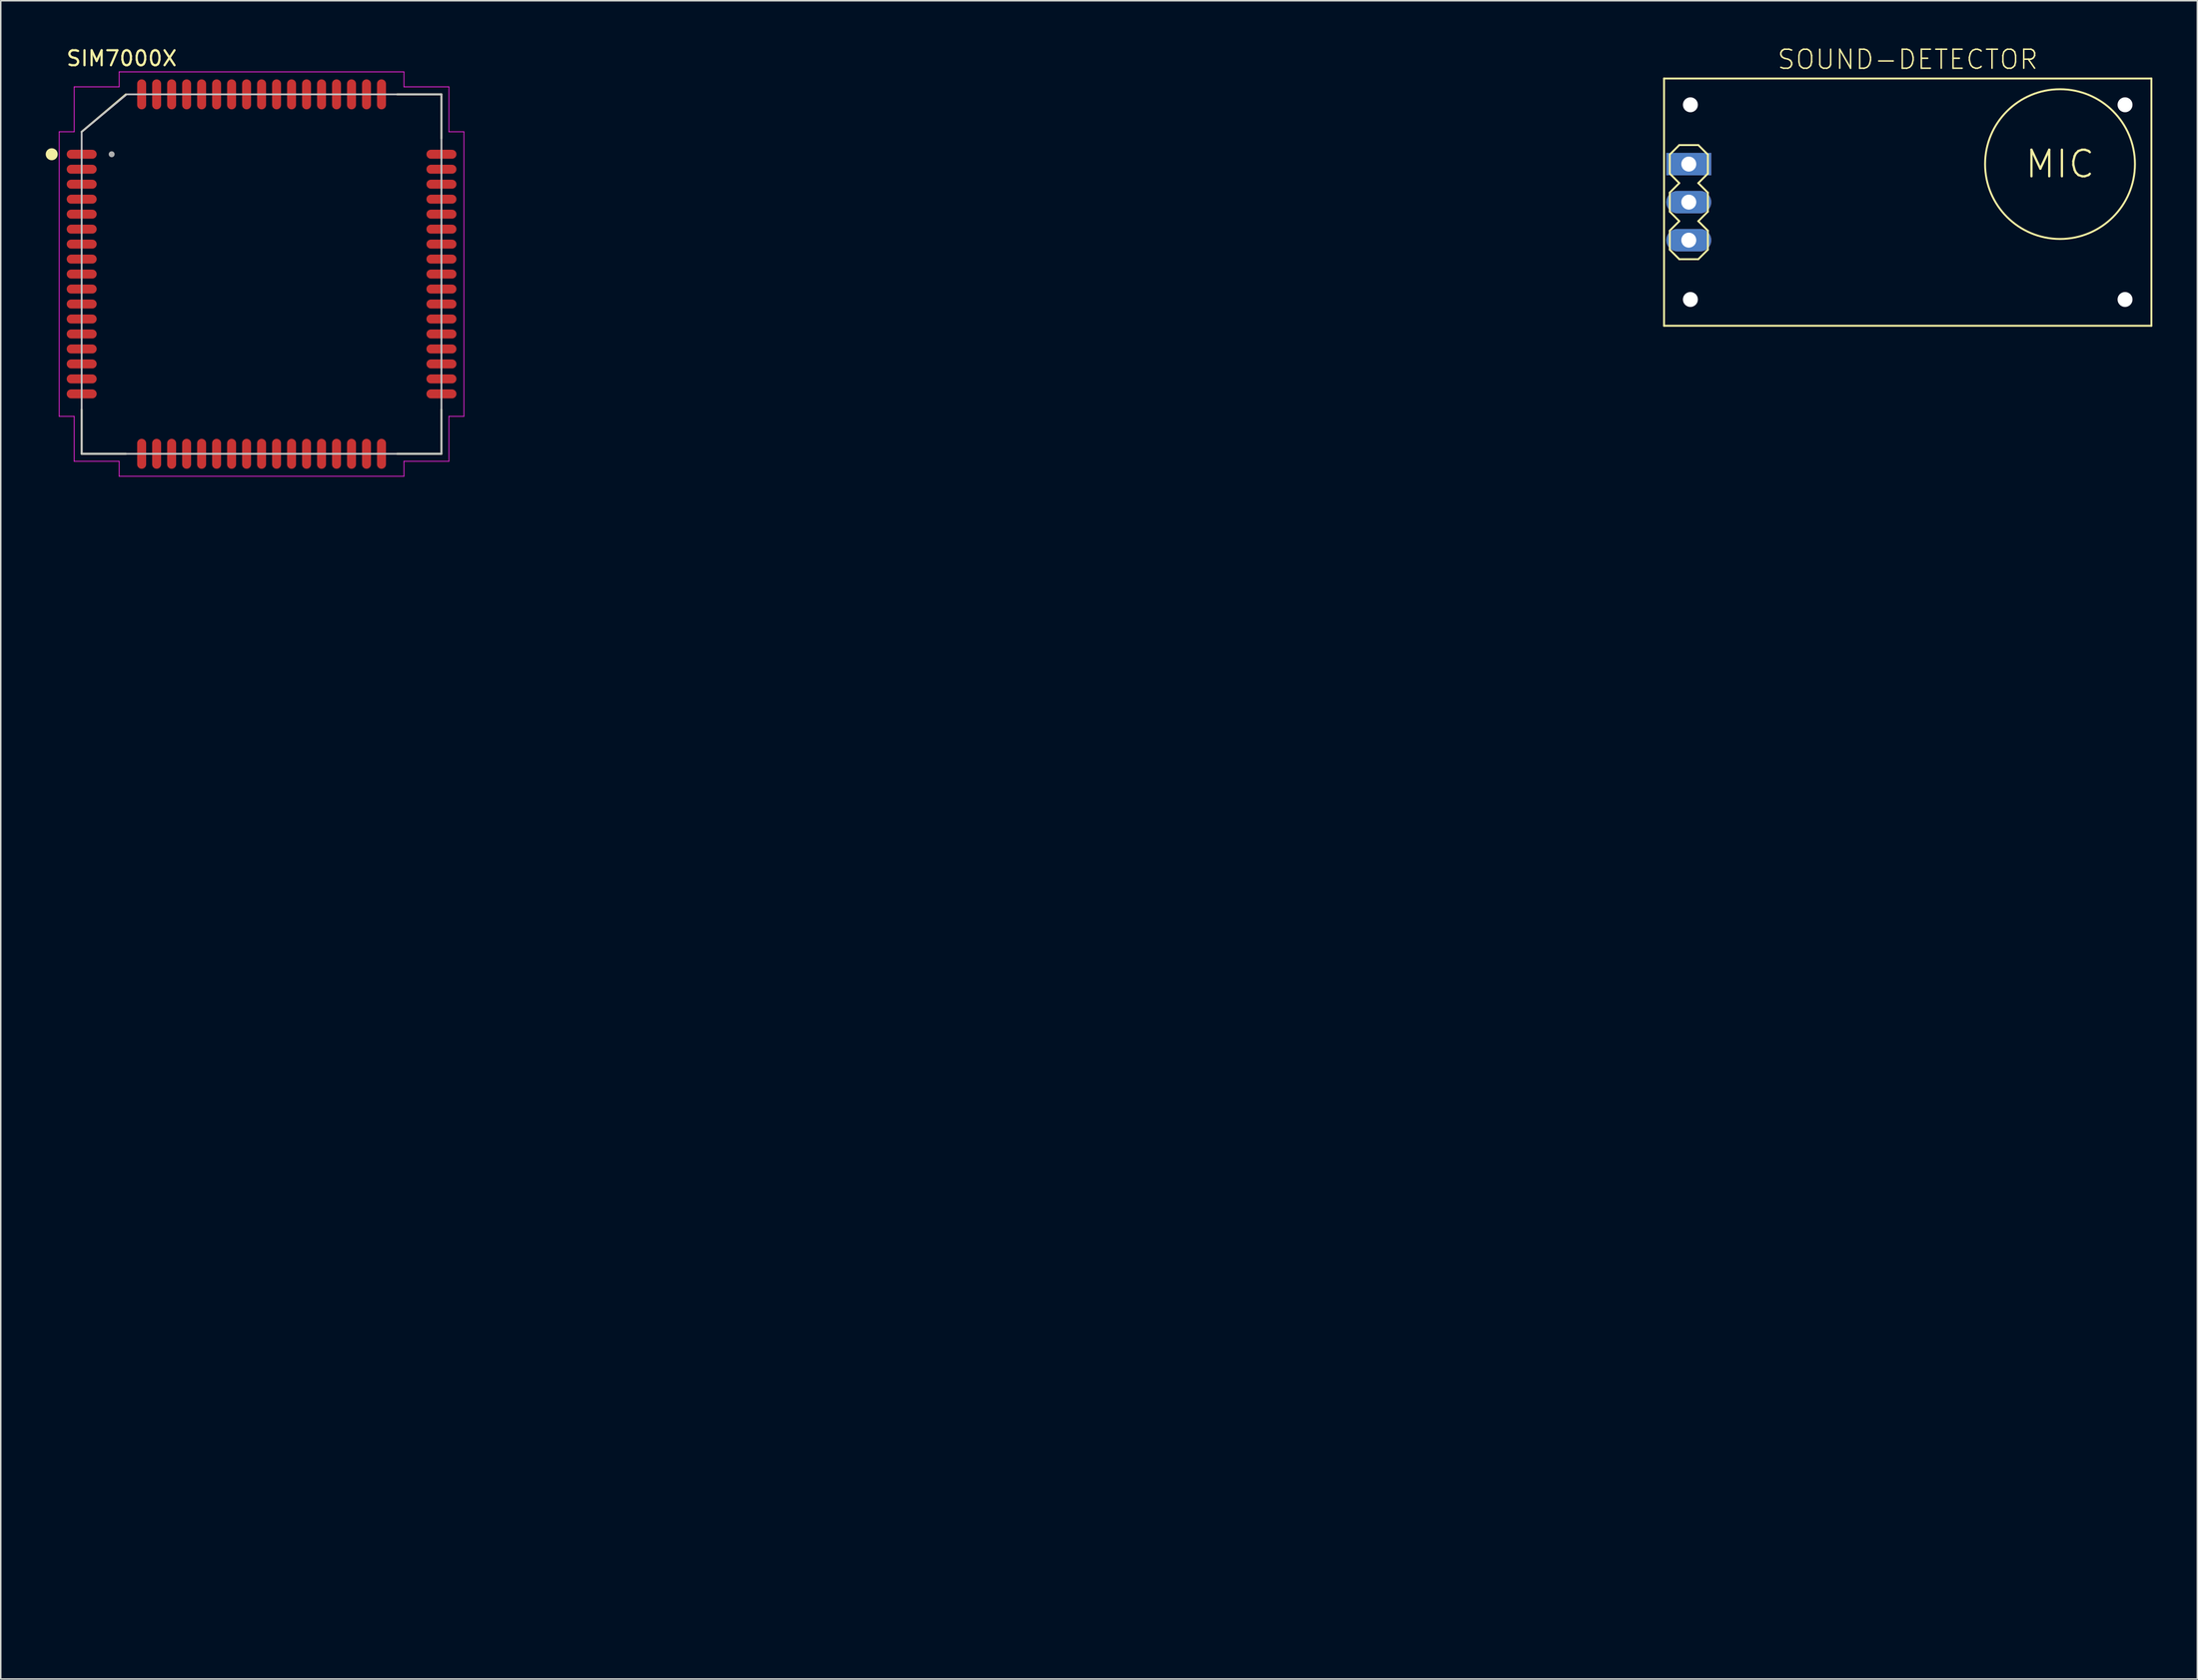
<source format=kicad_pcb>
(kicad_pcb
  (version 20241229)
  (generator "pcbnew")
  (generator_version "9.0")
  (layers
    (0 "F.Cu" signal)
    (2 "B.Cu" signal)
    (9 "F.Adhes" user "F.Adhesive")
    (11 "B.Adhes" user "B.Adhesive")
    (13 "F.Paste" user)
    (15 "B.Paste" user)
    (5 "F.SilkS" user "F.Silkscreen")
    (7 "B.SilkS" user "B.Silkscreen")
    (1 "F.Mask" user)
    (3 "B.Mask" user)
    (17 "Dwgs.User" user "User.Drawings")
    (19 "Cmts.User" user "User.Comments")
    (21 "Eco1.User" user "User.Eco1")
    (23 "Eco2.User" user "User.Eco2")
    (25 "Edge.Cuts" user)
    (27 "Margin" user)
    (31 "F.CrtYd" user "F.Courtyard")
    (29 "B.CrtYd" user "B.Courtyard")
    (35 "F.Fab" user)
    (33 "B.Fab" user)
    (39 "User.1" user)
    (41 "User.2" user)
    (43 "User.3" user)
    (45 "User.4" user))
  (footprint "SIM7000X"
    (layer "F.Cu")
    (at 14.4 15.249)
    (property "Reference" "SIM7000X" (at -9.335 -14.4 0) (layer "F.SilkS") (effects (font (size 1.001 1.001) (thickness 0.15))))
    (attr through_hole)
    (fp_line (start -12 -9.5) (end -9.05 -12) (stroke (width 0.127) (type solid)) (layer "F.SilkS"))
    (fp_line (start -12 9.05) (end -12 12) (stroke (width 0.127) (type solid)) (layer "F.SilkS"))
    (fp_line (start -12 12) (end -9.05 12) (stroke (width 0.127) (type solid)) (layer "F.SilkS"))
    (fp_line (start 9.05 -12) (end 12 -12) (stroke (width 0.127) (type solid)) (layer "F.SilkS"))
    (fp_line (start 12 -12) (end 12 -9.05) (stroke (width 0.127) (type solid)) (layer "F.SilkS"))
    (fp_line (start 12 9.05) (end 12 12) (stroke (width 0.127) (type solid)) (layer "F.SilkS"))
    (fp_line (start 12 12) (end 9.05 12) (stroke (width 0.127) (type solid)) (layer "F.SilkS"))
    (fp_circle (center -14 -8) (end -13.8 -8) (stroke (width 0.4) (type solid)) (fill no) (layer "F.SilkS"))
    (fp_poly (pts (xy 12 12) (xy -12 12) (xy -12 -9.5) (xy -9 -12) (xy 12 -12)) (stroke (width 0.12) (type solid)) (fill no) (layer "Dwgs.User"))
    (fp_line (start -13.5 -9.5) (end -12.5 -9.5) (stroke (width 0.05) (type solid)) (layer "F.CrtYd"))
    (fp_line (start -13.5 9.5) (end -13.5 -9.5) (stroke (width 0.05) (type solid)) (layer "F.CrtYd"))
    (fp_line (start -12.5 -12.5) (end -9.5 -12.5) (stroke (width 0.05) (type solid)) (layer "F.CrtYd"))
    (fp_line (start -12.5 -9.5) (end -12.5 -12.5) (stroke (width 0.05) (type solid)) (layer "F.CrtYd"))
    (fp_line (start -12.5 9.5) (end -13.5 9.5) (stroke (width 0.05) (type solid)) (layer "F.CrtYd"))
    (fp_line (start -12.5 12.5) (end -12.5 9.5) (stroke (width 0.05) (type solid)) (layer "F.CrtYd"))
    (fp_line (start -9.5 -13.5) (end 9.5 -13.5) (stroke (width 0.05) (type solid)) (layer "F.CrtYd"))
    (fp_line (start -9.5 -12.5) (end -9.5 -13.5) (stroke (width 0.05) (type solid)) (layer "F.CrtYd"))
    (fp_line (start -9.5 12.5) (end -12.5 12.5) (stroke (width 0.05) (type solid)) (layer "F.CrtYd"))
    (fp_line (start -9.5 13.5) (end -9.5 12.5) (stroke (width 0.05) (type solid)) (layer "F.CrtYd"))
    (fp_line (start 9.5 -13.5) (end 9.5 -12.5) (stroke (width 0.05) (type solid)) (layer "F.CrtYd"))
    (fp_line (start 9.5 -12.5) (end 12.5 -12.5) (stroke (width 0.05) (type solid)) (layer "F.CrtYd"))
    (fp_line (start 9.5 12.5) (end 9.5 13.5) (stroke (width 0.05) (type solid)) (layer "F.CrtYd"))
    (fp_line (start 9.5 13.5) (end -9.5 13.5) (stroke (width 0.05) (type solid)) (layer "F.CrtYd"))
    (fp_line (start 12.5 -12.5) (end 12.5 -9.5) (stroke (width 0.05) (type solid)) (layer "F.CrtYd"))
    (fp_line (start 12.5 -9.5) (end 13.5 -9.5) (stroke (width 0.05) (type solid)) (layer "F.CrtYd"))
    (fp_line (start 12.5 9.5) (end 12.5 12.5) (stroke (width 0.05) (type solid)) (layer "F.CrtYd"))
    (fp_line (start 12.5 12.5) (end 9.5 12.5) (stroke (width 0.05) (type solid)) (layer "F.CrtYd"))
    (fp_line (start 13.5 -9.5) (end 13.5 9.5) (stroke (width 0.05) (type solid)) (layer "F.CrtYd"))
    (fp_line (start 13.5 9.5) (end 12.5 9.5) (stroke (width 0.05) (type solid)) (layer "F.CrtYd"))
    (fp_circle (center -10 -8) (end -9.9 -8) (stroke (width 0.2) (type solid)) (fill no) (layer "F.Fab"))
    (pad "1" smd oval (at -12 -8) (size 2 0.6) (layers "F.Cu" "F.Mask" "F.Paste"))
    (pad "2" smd oval (at -12 -7) (size 2 0.6) (layers "F.Cu" "F.Mask" "F.Paste"))
    (pad "3" smd oval (at -12 -6) (size 2 0.6) (layers "F.Cu" "F.Mask" "F.Paste"))
    (pad "4" smd oval (at -12 -5) (size 2 0.6) (layers "F.Cu" "F.Mask" "F.Paste"))
    (pad "5" smd oval (at -12 -4) (size 2 0.6) (layers "F.Cu" "F.Mask" "F.Paste"))
    (pad "6" smd oval (at -12 -3) (size 2 0.6) (layers "F.Cu" "F.Mask" "F.Paste"))
    (pad "7" smd oval (at -12 -2) (size 2 0.6) (layers "F.Cu" "F.Mask" "F.Paste"))
    (pad "8" smd oval (at -12 -1) (size 2 0.6) (layers "F.Cu" "F.Mask" "F.Paste"))
    (pad "9" smd oval (at -12 0) (size 2 0.6) (layers "F.Cu" "F.Mask" "F.Paste"))
    (pad "10" smd oval (at -12 1) (size 2 0.6) (layers "F.Cu" "F.Mask" "F.Paste"))
    (pad "11" smd oval (at -12 2) (size 2 0.6) (layers "F.Cu" "F.Mask" "F.Paste"))
    (pad "12" smd oval (at -12 3) (size 2 0.6) (layers "F.Cu" "F.Mask" "F.Paste"))
    (pad "13" smd oval (at -12 4) (size 2 0.6) (layers "F.Cu" "F.Mask" "F.Paste"))
    (pad "14" smd oval (at -12 5) (size 2 0.6) (layers "F.Cu" "F.Mask" "F.Paste"))
    (pad "15" smd oval (at -12 6) (size 2 0.6) (layers "F.Cu" "F.Mask" "F.Paste"))
    (pad "16" smd oval (at -12 7) (size 2 0.6) (layers "F.Cu" "F.Mask" "F.Paste"))
    (pad "17" smd oval (at -12 8) (size 2 0.6) (layers "F.Cu" "F.Mask" "F.Paste"))
    (pad "18" smd oval (at -8 12 270) (size 2 0.6) (layers "F.Cu" "F.Mask" "F.Paste"))
    (pad "19" smd oval (at -7 12 270) (size 2 0.6) (layers "F.Cu" "F.Mask" "F.Paste"))
    (pad "20" smd oval (at -6 12 270) (size 2 0.6) (layers "F.Cu" "F.Mask" "F.Paste"))
    (pad "21" smd oval (at -5 12 270) (size 2 0.6) (layers "F.Cu" "F.Mask" "F.Paste"))
    (pad "22" smd oval (at -4 12 270) (size 2 0.6) (layers "F.Cu" "F.Mask" "F.Paste"))
    (pad "23" smd oval (at -3 12 270) (size 2 0.6) (layers "F.Cu" "F.Mask" "F.Paste"))
    (pad "24" smd oval (at -2 12 270) (size 2 0.6) (layers "F.Cu" "F.Mask" "F.Paste"))
    (pad "25" smd oval (at -1 12 270) (size 2 0.6) (layers "F.Cu" "F.Mask" "F.Paste"))
    (pad "26" smd oval (at 0 12 270) (size 2 0.6) (layers "F.Cu" "F.Mask" "F.Paste"))
    (pad "27" smd oval (at 1 12 270) (size 2 0.6) (layers "F.Cu" "F.Mask" "F.Paste"))
    (pad "28" smd oval (at 2 12 270) (size 2 0.6) (layers "F.Cu" "F.Mask" "F.Paste"))
    (pad "29" smd oval (at 3 12 270) (size 2 0.6) (layers "F.Cu" "F.Mask" "F.Paste"))
    (pad "30" smd oval (at 4 12 270) (size 2 0.6) (layers "F.Cu" "F.Mask" "F.Paste"))
    (pad "31" smd oval (at 5 12 270) (size 2 0.6) (layers "F.Cu" "F.Mask" "F.Paste"))
    (pad "32" smd oval (at 6 12 270) (size 2 0.6) (layers "F.Cu" "F.Mask" "F.Paste"))
    (pad "33" smd oval (at 7 12 270) (size 2 0.6) (layers "F.Cu" "F.Mask" "F.Paste"))
    (pad "34" smd oval (at 8 12 270) (size 2 0.6) (layers "F.Cu" "F.Mask" "F.Paste"))
    (pad "35" smd oval (at 12 8) (size 2 0.6) (layers "F.Cu" "F.Mask" "F.Paste"))
    (pad "36" smd oval (at 12 7) (size 2 0.6) (layers "F.Cu" "F.Mask" "F.Paste"))
    (pad "37" smd oval (at 12 6) (size 2 0.6) (layers "F.Cu" "F.Mask" "F.Paste"))
    (pad "38" smd oval (at 12 5) (size 2 0.6) (layers "F.Cu" "F.Mask" "F.Paste"))
    (pad "39" smd oval (at 12 4) (size 2 0.6) (layers "F.Cu" "F.Mask" "F.Paste"))
    (pad "40" smd oval (at 12 3) (size 2 0.6) (layers "F.Cu" "F.Mask" "F.Paste"))
    (pad "41" smd oval (at 12 2) (size 2 0.6) (layers "F.Cu" "F.Mask" "F.Paste"))
    (pad "42" smd oval (at 12 1) (size 2 0.6) (layers "F.Cu" "F.Mask" "F.Paste"))
    (pad "43" smd oval (at 12 0) (size 2 0.6) (layers "F.Cu" "F.Mask" "F.Paste"))
    (pad "44" smd oval (at 12 -1) (size 2 0.6) (layers "F.Cu" "F.Mask" "F.Paste"))
    (pad "45" smd oval (at 12 -2) (size 2 0.6) (layers "F.Cu" "F.Mask" "F.Paste"))
    (pad "46" smd oval (at 12 -3) (size 2 0.6) (layers "F.Cu" "F.Mask" "F.Paste"))
    (pad "47" smd oval (at 12 -4) (size 2 0.6) (layers "F.Cu" "F.Mask" "F.Paste"))
    (pad "48" smd oval (at 12 -5) (size 2 0.6) (layers "F.Cu" "F.Mask" "F.Paste"))
    (pad "49" smd oval (at 12 -6) (size 2 0.6) (layers "F.Cu" "F.Mask" "F.Paste"))
    (pad "50" smd oval (at 12 -7) (size 2 0.6) (layers "F.Cu" "F.Mask" "F.Paste"))
    (pad "51" smd oval (at 12 -8) (size 2 0.6) (layers "F.Cu" "F.Mask" "F.Paste"))
    (pad "52" smd oval (at 8 -12 90) (size 2 0.6) (layers "F.Cu" "F.Mask" "F.Paste"))
    (pad "53" smd oval (at 7 -12 90) (size 2 0.6) (layers "F.Cu" "F.Mask" "F.Paste"))
    (pad "54" smd oval (at 6 -12 90) (size 2 0.6) (layers "F.Cu" "F.Mask" "F.Paste"))
    (pad "55" smd oval (at 5 -12 90) (size 2 0.6) (layers "F.Cu" "F.Mask" "F.Paste"))
    (pad "56" smd oval (at 4 -12 90) (size 2 0.6) (layers "F.Cu" "F.Mask" "F.Paste"))
    (pad "57" smd oval (at 3 -12 90) (size 2 0.6) (layers "F.Cu" "F.Mask" "F.Paste"))
    (pad "58" smd oval (at 2 -12 90) (size 2 0.6) (layers "F.Cu" "F.Mask" "F.Paste"))
    (pad "59" smd oval (at 1 -12 90) (size 2 0.6) (layers "F.Cu" "F.Mask" "F.Paste"))
    (pad "60" smd oval (at 0 -12 90) (size 2 0.6) (layers "F.Cu" "F.Mask" "F.Paste"))
    (pad "61" smd oval (at -1 -12 90) (size 2 0.6) (layers "F.Cu" "F.Mask" "F.Paste"))
    (pad "62" smd oval (at -2 -12 90) (size 2 0.6) (layers "F.Cu" "F.Mask" "F.Paste"))
    (pad "63" smd oval (at -3 -12 90) (size 2 0.6) (layers "F.Cu" "F.Mask" "F.Paste"))
    (pad "64" smd oval (at -4 -12 90) (size 2 0.6) (layers "F.Cu" "F.Mask" "F.Paste"))
    (pad "65" smd oval (at -5 -12 90) (size 2 0.6) (layers "F.Cu" "F.Mask" "F.Paste"))
    (pad "66" smd oval (at -6 -12 90) (size 2 0.6) (layers "F.Cu" "F.Mask" "F.Paste"))
    (pad "67" smd oval (at -7 -12 90) (size 2 0.6) (layers "F.Cu" "F.Mask" "F.Paste"))
    (pad "68" smd oval (at -8 -12 90) (size 2 0.6) (layers "F.Cu" "F.Mask" "F.Paste"))
    (zone (net_name "") (layer "F.Cu") (hatch full 0.508) (connect_pads) (min_thickness 0.01) (filled_areas_thickness no) (keepout (tracks not_allowed) (vias not_allowed) (pads not_allowed) (copperpour not_allowed) (footprints allowed)) (placement (enabled no)) (fill) (polygon (pts (xy 90.29 92.549) (xy 92.7 92.549) (xy 92.7 94.942) (xy 90.29 94.942))))
    (zone (net_name "") (layer "F.Cu") (hatch full 0.508) (connect_pads) (min_thickness 0.01) (filled_areas_thickness no) (keepout (tracks not_allowed) (vias not_allowed) (pads not_allowed) (copperpour not_allowed) (footprints allowed)) (placement (enabled no)) (fill) (polygon (pts (xy 102.501 103.649) (xy 104.9 103.649) (xy 104.9 106.053) (xy 102.501 106.053)))))
  (footprint "SOUND-DETECTOR"
    (layer "F.Cu")
    (at 124.219 10.446)
    (property "Reference" "SOUND-DETECTOR" (at 0 -9.525 0) (layer "F.SilkS") (effects (font (size 1.27 1.27) (thickness 0.102))))
    (attr exclude_from_pos_files exclude_from_bom)
    (fp_line (start -16.256 -8.255) (end 16.256 -8.255) (stroke (width 0.127) (type solid)) (layer "F.SilkS"))
    (fp_line (start -16.256 8.255) (end -16.256 -8.255) (stroke (width 0.127) (type solid)) (layer "F.SilkS"))
    (fp_line (start -15.875 -3.175) (end -15.24 -3.81) (stroke (width 0.127) (type solid)) (layer "F.SilkS"))
    (fp_line (start -15.875 -1.905) (end -15.875 -3.175) (stroke (width 0.127) (type solid)) (layer "F.SilkS"))
    (fp_line (start -15.875 -0.635) (end -15.24 -1.27) (stroke (width 0.127) (type solid)) (layer "F.SilkS"))
    (fp_line (start -15.875 0.635) (end -15.875 -0.635) (stroke (width 0.127) (type solid)) (layer "F.SilkS"))
    (fp_line (start -15.875 1.905) (end -15.24 1.27) (stroke (width 0.127) (type solid)) (layer "F.SilkS"))
    (fp_line (start -15.875 3.175) (end -15.875 1.905) (stroke (width 0.127) (type solid)) (layer "F.SilkS"))
    (fp_line (start -15.24 -3.81) (end -13.97 -3.81) (stroke (width 0.127) (type solid)) (layer "F.SilkS"))
    (fp_line (start -15.24 -1.27) (end -15.875 -1.905) (stroke (width 0.127) (type solid)) (layer "F.SilkS"))
    (fp_line (start -15.24 1.27) (end -15.875 0.635) (stroke (width 0.127) (type solid)) (layer "F.SilkS"))
    (fp_line (start -15.24 3.81) (end -15.875 3.175) (stroke (width 0.127) (type solid)) (layer "F.SilkS"))
    (fp_line (start -13.97 -3.81) (end -13.335 -3.175) (stroke (width 0.127) (type solid)) (layer "F.SilkS"))
    (fp_line (start -13.97 -1.27) (end -13.335 -0.635) (stroke (width 0.127) (type solid)) (layer "F.SilkS"))
    (fp_line (start -13.97 1.27) (end -13.335 1.905) (stroke (width 0.127) (type solid)) (layer "F.SilkS"))
    (fp_line (start -13.97 3.81) (end -15.24 3.81) (stroke (width 0.127) (type solid)) (layer "F.SilkS"))
    (fp_line (start -13.335 -3.175) (end -13.335 -1.905) (stroke (width 0.127) (type solid)) (layer "F.SilkS"))
    (fp_line (start -13.335 -1.905) (end -13.97 -1.27) (stroke (width 0.127) (type solid)) (layer "F.SilkS"))
    (fp_line (start -13.335 -0.635) (end -13.335 0.635) (stroke (width 0.127) (type solid)) (layer "F.SilkS"))
    (fp_line (start -13.335 0.635) (end -13.97 1.27) (stroke (width 0.127) (type solid)) (layer "F.SilkS"))
    (fp_line (start -13.335 1.905) (end -13.335 3.175) (stroke (width 0.127) (type solid)) (layer "F.SilkS"))
    (fp_line (start -13.335 3.175) (end -13.97 3.81) (stroke (width 0.127) (type solid)) (layer "F.SilkS"))
    (fp_line (start 16.256 -8.255) (end 16.256 8.255) (stroke (width 0.127) (type solid)) (layer "F.SilkS"))
    (fp_line (start 16.256 8.255) (end -16.256 8.255) (stroke (width 0.127) (type solid)) (layer "F.SilkS"))
    (fp_circle (center 10.16 -2.54) (end 10.16 -7.539) (stroke (width 0.127) (type solid)) (fill no) (layer "F.SilkS"))
    (fp_text user "MIC" (at 10.16 -2.54 0) (layer "F.SilkS") (effects (font (size 1.778 1.778) (thickness 0.152))))
    (pad "" np_thru_hole circle (at -14.498 -6.5) (size 0.998 0.998) (drill 0.998) (layers "*.Cu" "*.Mask"))
    (pad "" np_thru_hole circle (at -14.498 6.5) (size 0.998 0.998) (drill 0.998) (layers "*.Cu" "*.Mask"))
    (pad "" np_thru_hole circle (at 14.498 -6.5) (size 0.998 0.998) (drill 0.998) (layers "*.Cu" "*.Mask"))
    (pad "" np_thru_hole circle (at 14.498 6.5) (size 0.998 0.998) (drill 0.998) (layers "*.Cu" "*.Mask"))
    (pad "1" thru_hole rect (at -14.605 -2.54) (size 3 1.5) (drill 1) (layers "*.Cu" "*.Paste" "*.Mask"))
    (pad "2" thru_hole oval (at -14.605 0) (size 3 1.5) (drill 1) (layers "*.Cu" "*.Paste" "*.Mask"))
    (pad "3" thru_hole oval (at -14.605 2.54) (size 3 1.5) (drill 1) (layers "*.Cu" "*.Paste" "*.Mask")))
  (gr_rect
    (start -3 -3)
    (end 143.539 109.053)
    (stroke (width 0.1) (type default))
    (fill no)
    (layer "Edge.Cuts")))
</source>
